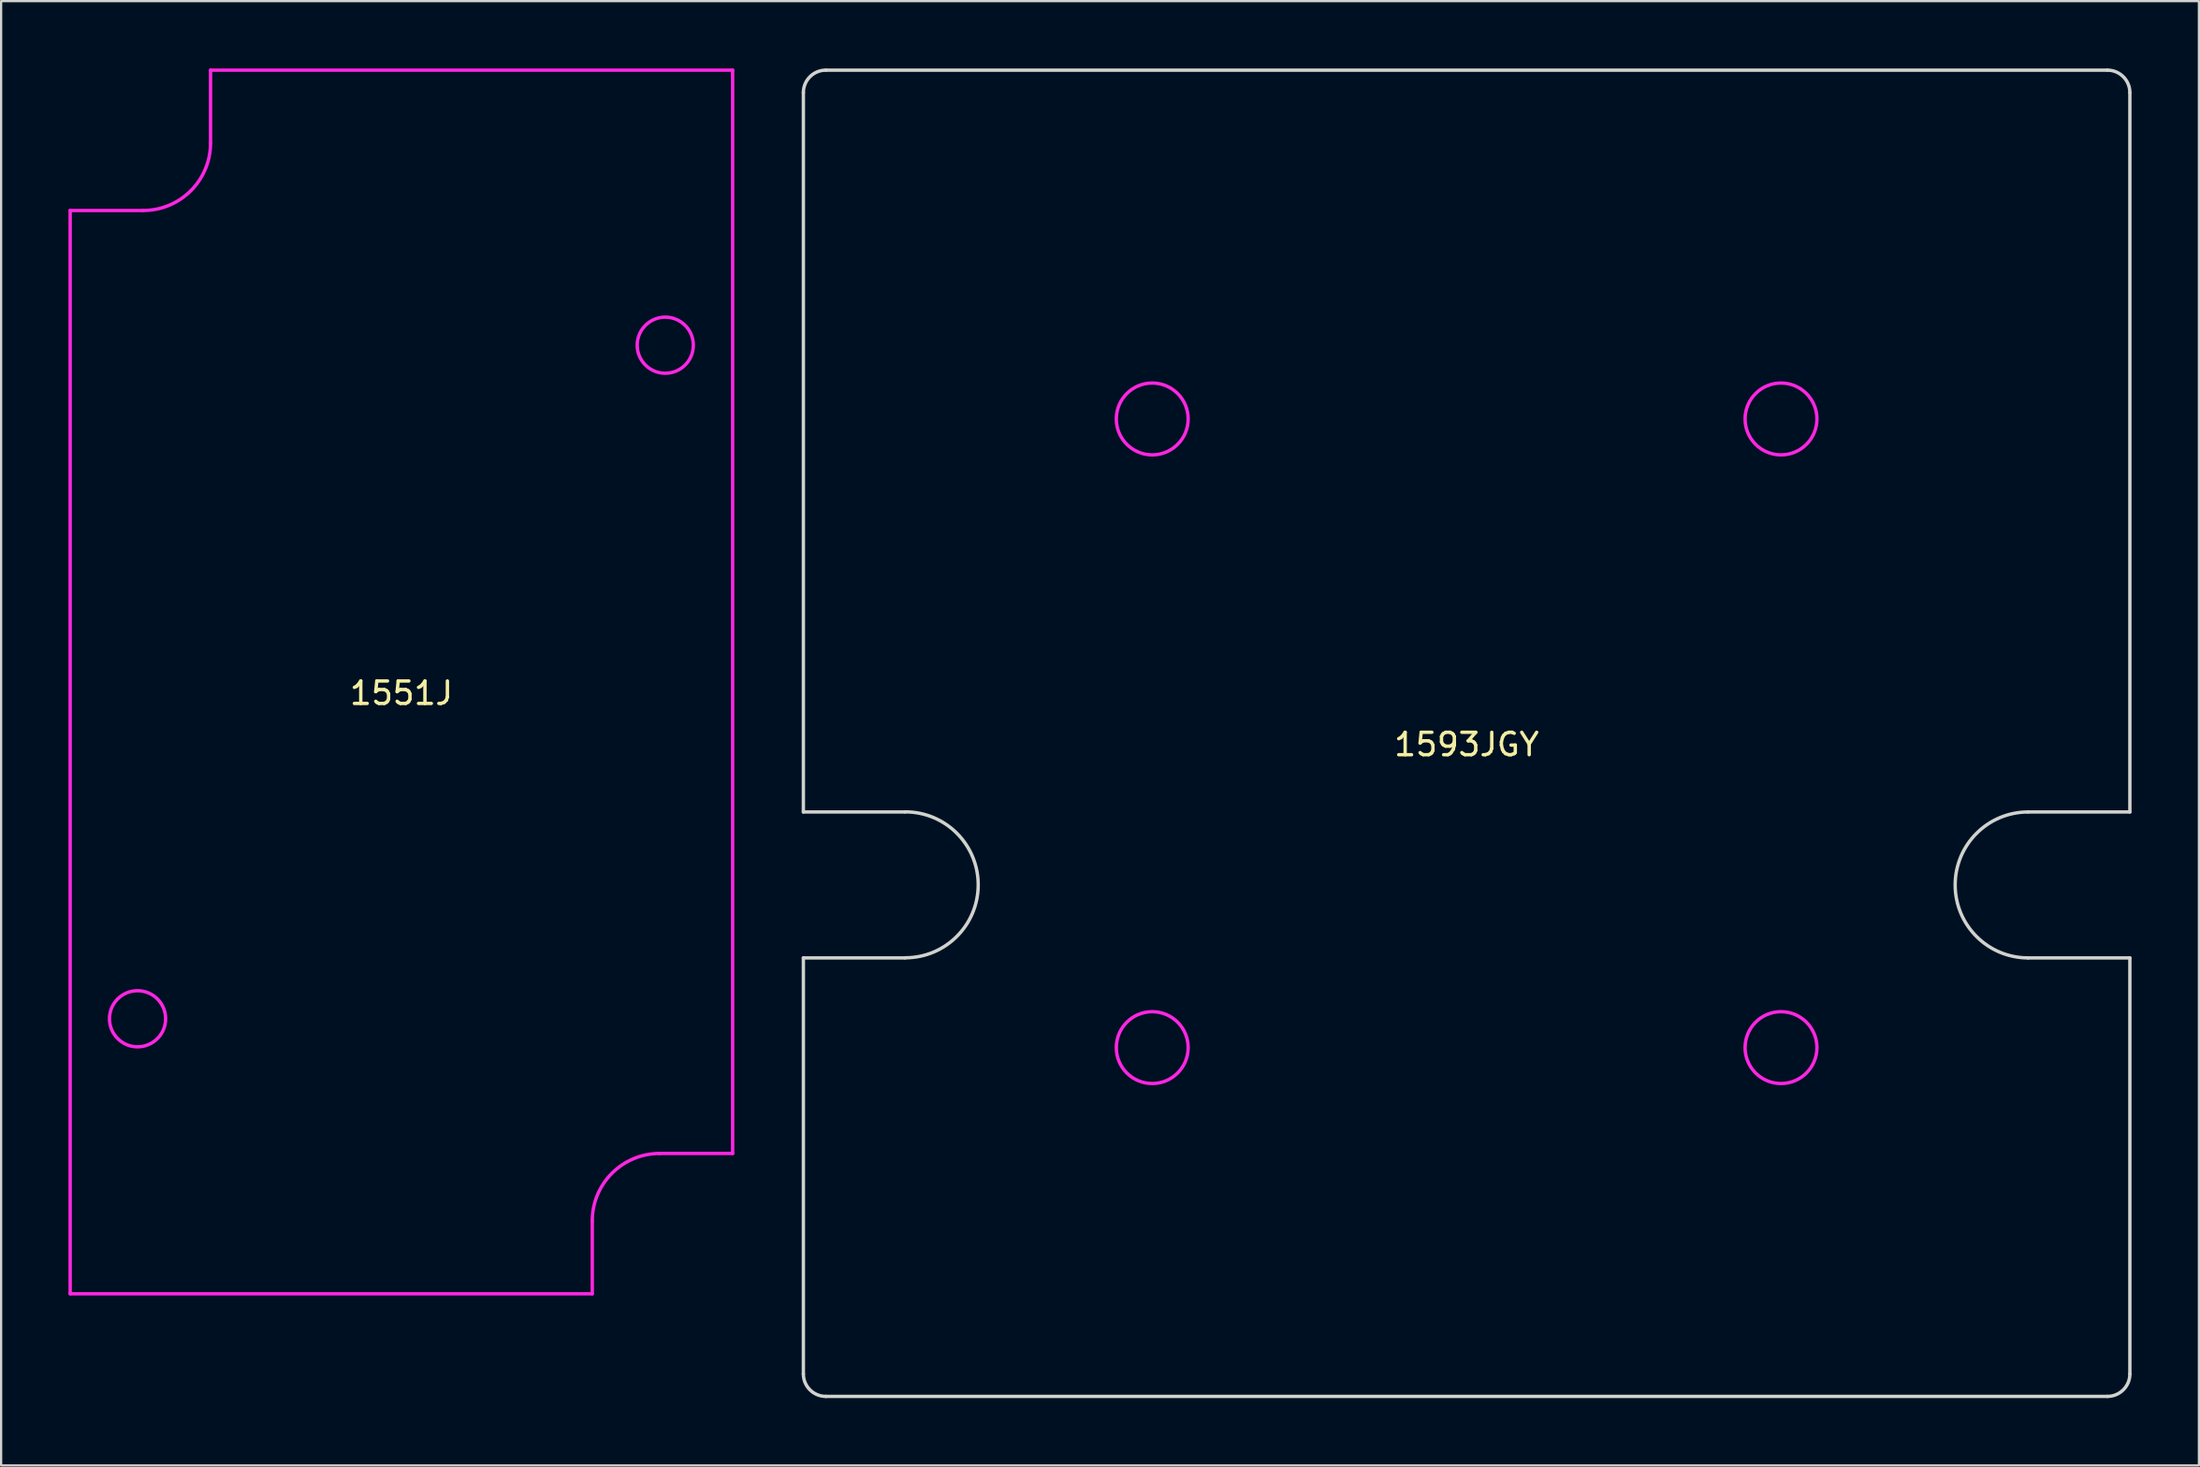
<source format=kicad_pcb>
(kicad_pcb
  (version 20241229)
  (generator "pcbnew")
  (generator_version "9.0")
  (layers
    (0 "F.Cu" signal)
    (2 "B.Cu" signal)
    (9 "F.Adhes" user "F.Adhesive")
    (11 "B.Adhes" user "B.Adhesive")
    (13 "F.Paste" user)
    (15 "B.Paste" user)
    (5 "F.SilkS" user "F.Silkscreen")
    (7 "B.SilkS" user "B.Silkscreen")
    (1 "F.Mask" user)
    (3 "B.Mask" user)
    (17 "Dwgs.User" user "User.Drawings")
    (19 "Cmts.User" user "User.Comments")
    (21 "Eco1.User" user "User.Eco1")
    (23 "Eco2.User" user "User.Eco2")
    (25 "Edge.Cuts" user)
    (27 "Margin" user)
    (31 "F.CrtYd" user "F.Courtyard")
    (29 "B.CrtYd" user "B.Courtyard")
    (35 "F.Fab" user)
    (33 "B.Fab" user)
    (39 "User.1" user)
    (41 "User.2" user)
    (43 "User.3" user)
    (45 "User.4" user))
  (footprint "1593JGY"
    (layer "F.Cu")
    (at 62.26 29.61)
    (property "Reference" "1593JGY" (at 0 0.5 0) (layer "F.SilkS") (effects (font (size 1 1) (thickness 0.15))))
    (attr through_hole)
    (fp_line (start -29.535 3.505) (end -29.535 -28.535) (stroke (width 0.15) (type solid)) (layer "Edge.Cuts"))
    (fp_line (start -29.535 3.505) (end -25.005 3.505) (stroke (width 0.15) (type solid)) (layer "Edge.Cuts"))
    (fp_line (start -29.535 10.005) (end -29.535 28.535) (stroke (width 0.15) (type solid)) (layer "Edge.Cuts"))
    (fp_line (start -29.535 10.005) (end -25.005 10.005) (stroke (width 0.15) (type solid)) (layer "Edge.Cuts"))
    (fp_line (start -28.535 -29.535) (end 28.535 -29.535) (stroke (width 0.15) (type solid)) (layer "Edge.Cuts"))
    (fp_line (start 28.535 29.535) (end -28.535 29.535) (stroke (width 0.15) (type solid)) (layer "Edge.Cuts"))
    (fp_line (start 29.535 3.505) (end 25.005 3.505) (stroke (width 0.15) (type solid)) (layer "Edge.Cuts"))
    (fp_line (start 29.535 3.505) (end 29.535 -28.535) (stroke (width 0.15) (type solid)) (layer "Edge.Cuts"))
    (fp_line (start 29.535 10.005) (end 25.005 10.005) (stroke (width 0.15) (type solid)) (layer "Edge.Cuts"))
    (fp_line (start 29.535 10.005) (end 29.535 28.535) (stroke (width 0.15) (type solid)) (layer "Edge.Cuts"))
    (fp_arc (start -29.535 -28.535) (mid -29.242107 -29.242107) (end -28.535 -29.535) (stroke (width 0.15) (type solid)) (layer "Edge.Cuts"))
    (fp_arc (start -28.535 29.535) (mid -29.242107 29.242107) (end -29.535 28.535) (stroke (width 0.15) (type solid)) (layer "Edge.Cuts"))
    (fp_arc (start -25 3.5) (mid -21.75 6.75) (end -25 10) (stroke (width 0.15) (type solid)) (layer "Edge.Cuts"))
    (fp_arc (start 25.005 10.005) (mid 21.755 6.755) (end 25.005 3.505) (stroke (width 0.15) (type solid)) (layer "Edge.Cuts"))
    (fp_arc (start 28.535 -29.535) (mid 29.242107 -29.242107) (end 29.535 -28.535) (stroke (width 0.15) (type solid)) (layer "Edge.Cuts"))
    (fp_arc (start 29.535 28.535) (mid 29.242107 29.242107) (end 28.535 29.535) (stroke (width 0.15) (type solid)) (layer "Edge.Cuts"))
    (fp_circle (center -14 -14) (end -12.4 -14) (stroke (width 0.15) (type solid)) (fill no) (layer "F.CrtYd"))
    (fp_circle (center -14 14) (end -12.4 14) (stroke (width 0.15) (type solid)) (fill no) (layer "F.CrtYd"))
    (fp_circle (center 14 -14) (end 15.6 -14) (stroke (width 0.15) (type solid)) (fill no) (layer "F.CrtYd"))
    (fp_circle (center 14 14) (end 15.6 14) (stroke (width 0.15) (type solid)) (fill no) (layer "F.CrtYd")))
  (footprint "1551J"
    (layer "F.Cu")
    (at 14.825 27.325)
    (property "Reference" "1551J" (at 0 0.5 0) (layer "F.SilkS") (effects (font (size 1 1) (thickness 0.15))))
    (attr through_hole)
    (fp_line (start -14.75 -21) (end -14.75 27.25) (stroke (width 0.15) (type solid)) (layer "F.CrtYd"))
    (fp_line (start -14.75 -21) (end -11.5 -21) (stroke (width 0.15) (type solid)) (layer "F.CrtYd"))
    (fp_line (start -14.75 27.25) (end 8.5 27.25) (stroke (width 0.15) (type solid)) (layer "F.CrtYd"))
    (fp_line (start -8.5 -27.25) (end -8.5 -24) (stroke (width 0.15) (type solid)) (layer "F.CrtYd"))
    (fp_line (start -8.5 -27.25) (end 14.75 -27.25) (stroke (width 0.15) (type solid)) (layer "F.CrtYd"))
    (fp_line (start 8.5 27.25) (end 8.5 24) (stroke (width 0.15) (type solid)) (layer "F.CrtYd"))
    (fp_line (start 11.5 21) (end 14.75 21) (stroke (width 0.15) (type solid)) (layer "F.CrtYd"))
    (fp_line (start 14.75 -27.25) (end 14.75 21) (stroke (width 0.15) (type solid)) (layer "F.CrtYd"))
    (fp_arc (start -8.5 -24) (mid -9.37868 -21.87868) (end -11.5 -21) (stroke (width 0.15) (type solid)) (layer "F.CrtYd"))
    (fp_arc (start 8.5 24) (mid 9.37868 21.87868) (end 11.5 21) (stroke (width 0.15) (type solid)) (layer "F.CrtYd"))
    (fp_circle (center -11.75 15) (end -10.5 15) (stroke (width 0.15) (type solid)) (fill no) (layer "F.CrtYd"))
    (fp_circle (center 11.75 -15) (end 13 -15) (stroke (width 0.15) (type solid)) (fill no) (layer "F.CrtYd")))
  (gr_rect
    (start -3 -3)
    (end 94.87 62.22)
    (stroke (width 0.1) (type default))
    (fill no)
    (layer "Edge.Cuts")))
</source>
